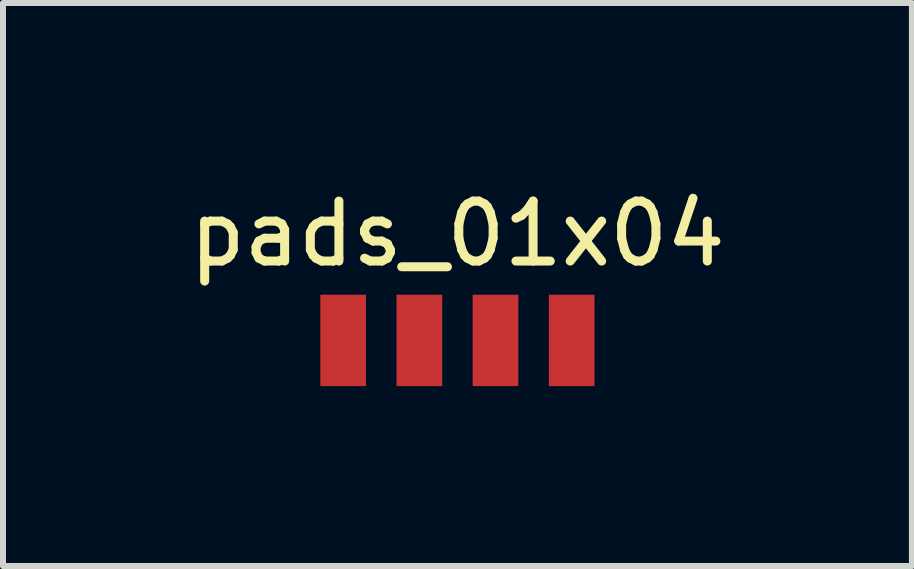
<source format=kicad_pcb>
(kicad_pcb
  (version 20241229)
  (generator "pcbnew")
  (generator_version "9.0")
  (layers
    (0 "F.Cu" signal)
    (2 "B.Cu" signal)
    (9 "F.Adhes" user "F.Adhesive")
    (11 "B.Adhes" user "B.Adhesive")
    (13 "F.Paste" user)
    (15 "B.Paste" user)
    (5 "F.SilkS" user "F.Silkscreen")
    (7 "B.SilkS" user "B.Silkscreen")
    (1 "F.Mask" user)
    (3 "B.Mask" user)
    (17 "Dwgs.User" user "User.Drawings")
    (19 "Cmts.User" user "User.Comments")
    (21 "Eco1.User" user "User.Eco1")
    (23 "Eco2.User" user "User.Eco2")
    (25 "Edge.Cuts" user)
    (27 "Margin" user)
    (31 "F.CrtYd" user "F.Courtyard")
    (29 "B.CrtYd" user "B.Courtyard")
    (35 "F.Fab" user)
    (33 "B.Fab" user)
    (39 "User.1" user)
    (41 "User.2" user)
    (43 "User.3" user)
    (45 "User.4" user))
  (footprint "pads_01x04"
    (layer "F.Cu")
    (at 4.577 2.626)
    (property "Reference" "pads_01x04" (at 0 -1.778 0) (layer "F.SilkS") (effects (font (size 1 1) (thickness 0.15))))
    (attr through_hole)
    (pad "1" smd rect (at -1.905 0) (size 0.762 1.524) (layers "F.Cu" "F.Mask" "F.Paste"))
    (pad "2" smd rect (at -0.635 0) (size 0.762 1.524) (layers "F.Cu" "F.Mask" "F.Paste"))
    (pad "3" smd rect (at 0.635 0) (size 0.762 1.524) (layers "F.Cu" "F.Mask" "F.Paste"))
    (pad "4" smd rect (at 1.905 0) (size 0.762 1.524) (layers "F.Cu" "F.Mask" "F.Paste")))
  (gr_rect
    (start -3 -3)
    (end 12.155 6.388)
    (stroke (width 0.1) (type default))
    (fill no)
    (layer "Edge.Cuts")))
</source>
